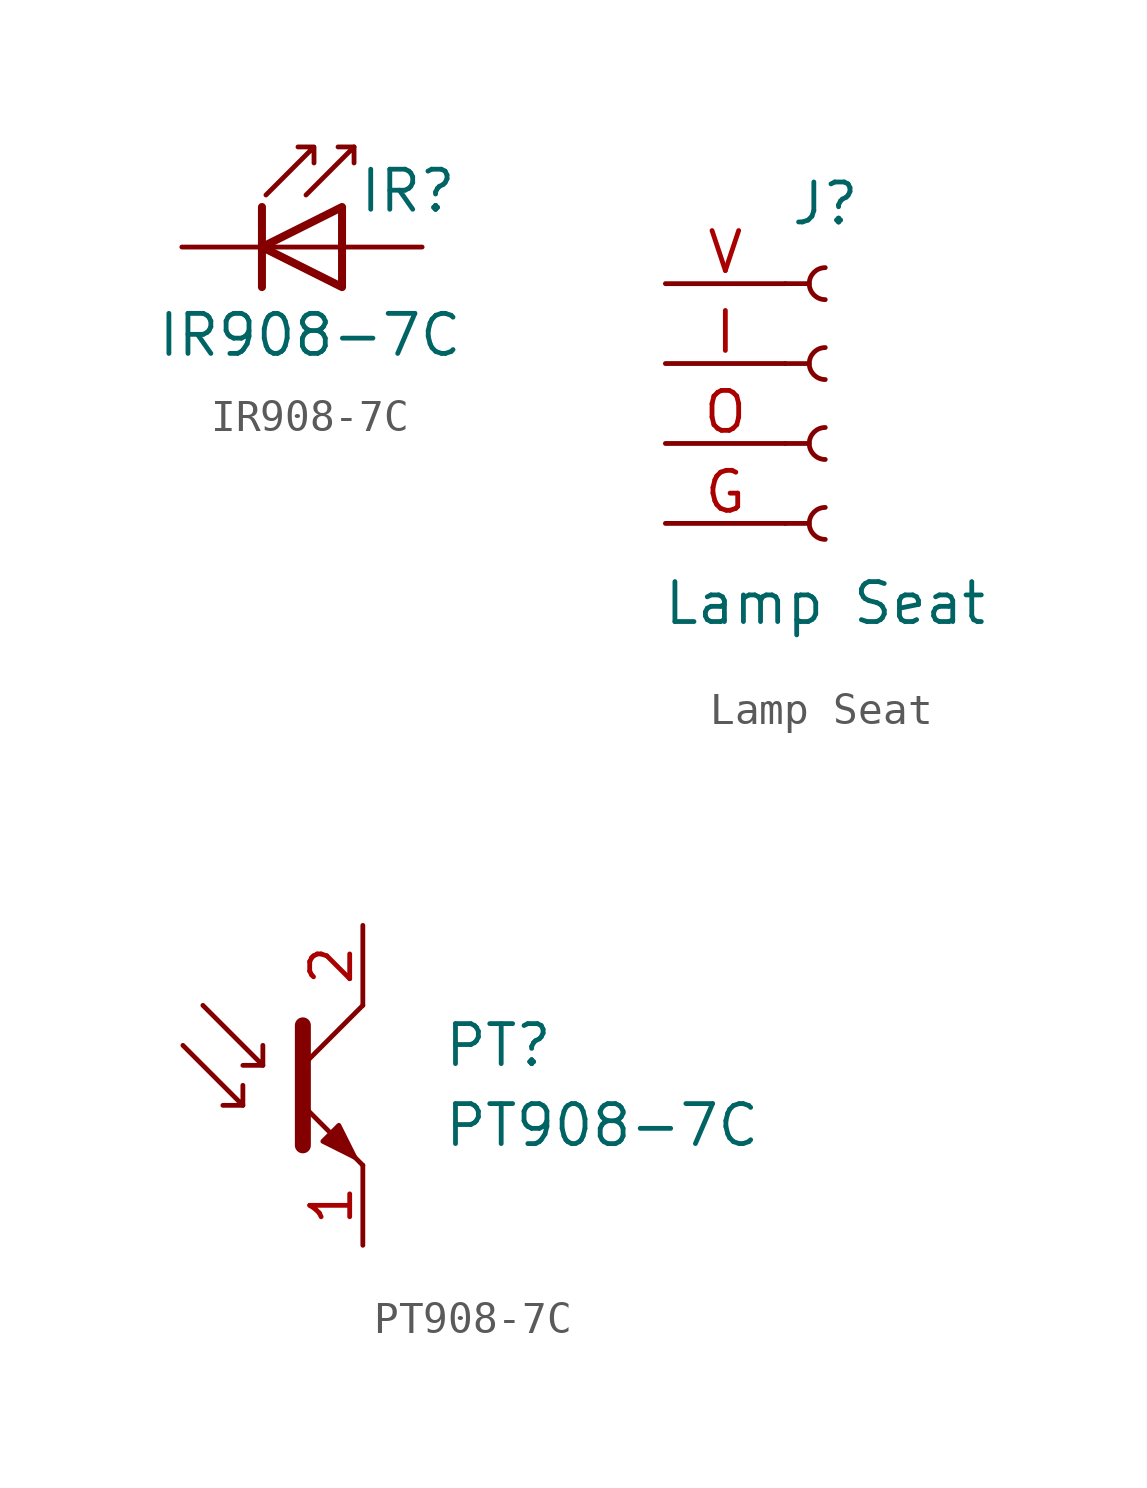
<source format=kicad_sym>
(kicad_symbol_lib
  (version 20241209)
  (generator "kicad_symbol_editor")
  (generator_version "9.0")
  (symbol "IR908-7C"
    (pin_numbers
      (hide yes))
    (pin_names
      (offset 1.016)
      (hide yes))
    (property "Reference" "IR"
      (at 0.508 1.778 0)
      (effects (font (size 1.27 1.27)) (justify left)))
    (property "Value" "IR908-7C"
      (at -1.016 -2.794 0)
      (effects (font (size 1.27 1.27))))
    (symbol "IR908-7C_0_1"
      (polyline (pts (xy -2.54 1.27) (xy -2.54 -1.27)) (stroke (width 0.254) (type default)) (fill (type none)))
      (polyline (pts (xy -2.413 1.651) (xy -0.889 3.175) (xy -0.889 2.667) (xy -0.889 3.175) (xy -1.397 3.175)) (stroke (width 0) (type default)) (fill (type none)))
      (polyline (pts (xy -1.143 1.651) (xy 0.381 3.175) (xy 0.381 2.667)) (stroke (width 0) (type default)) (fill (type none)))
      (polyline (pts (xy 0 1.27) (xy -2.54 0) (xy 0 -1.27) (xy 0 1.27)) (stroke (width 0.254) (type default)) (fill (type none)))
      (polyline (pts (xy 0 0) (xy -2.54 0)) (stroke (width 0) (type default)) (fill (type none)))
      (polyline (pts (xy 0.381 3.175) (xy -0.127 3.175)) (stroke (width 0) (type default)) (fill (type none))))
    (symbol "IR908-7C_1_1"
      (pin passive line (at -5.08 0 0) (length 2.54) (name "K" (effects (font (size 1.27 1.27)))) (number "1" (effects (font (size 1.27 1.27)))))
      (pin passive line (at 2.54 0 180) (length 2.54) (name "A" (effects (font (size 1.27 1.27)))) (number "2" (effects (font (size 1.27 1.27)))))))
  (symbol "Lamp Seat"
    (pin_names
      (offset 1.016)
      (hide yes))
    (property "Reference" "J"
      (at 0 5.08 0)
      (effects (font (size 1.27 1.27))))
    (property "Value" "Lamp Seat"
      (at 0 -7.62 0)
      (effects (font (size 1.27 1.27))))
    (symbol "Lamp Seat_1_1"
      (polyline (pts (xy -1.27 2.54) (xy -0.508 2.54)) (stroke (width 0.152) (type default)) (fill (type none)))
      (polyline (pts (xy -1.27 0) (xy -0.508 0)) (stroke (width 0.152) (type default)) (fill (type none)))
      (polyline (pts (xy -1.27 -2.54) (xy -0.508 -2.54)) (stroke (width 0.152) (type default)) (fill (type none)))
      (polyline (pts (xy -1.27 -5.08) (xy -0.508 -5.08)) (stroke (width 0.152) (type default)) (fill (type none)))
      (arc (start 0 2.032) (mid -0.5058 2.54) (end 0 3.048) (stroke (width 0.1524) (type default)) (fill (type none)))
      (arc (start 0 -0.508) (mid -0.5058 0) (end 0 0.508) (stroke (width 0.1524) (type default)) (fill (type none)))
      (arc (start 0 -3.048) (mid -0.5058 -2.54) (end 0 -2.032) (stroke (width 0.1524) (type default)) (fill (type none)))
      (arc (start 0 -5.588) (mid -0.5058 -5.08) (end 0 -4.572) (stroke (width 0.1524) (type default)) (fill (type none)))
      (pin power_in line (at -5.08 2.54 0) (length 3.81) (name "V" (effects (font (size 1.27 1.27)))) (number "V" (effects (font (size 1.27 1.27)))))
      (pin input line (at -5.08 0 0) (length 3.81) (name "In" (effects (font (size 1.27 1.27)))) (number "I" (effects (font (size 1.27 1.27)))))
      (pin output line (at -5.08 -2.54 0) (length 3.81) (name "Out" (effects (font (size 1.27 1.27)))) (number "O" (effects (font (size 1.27 1.27)))))
      (pin power_in line (at -5.08 -5.08 0) (length 3.81) (name "G" (effects (font (size 1.27 1.27)))) (number "G" (effects (font (size 1.27 1.27)))))))
  (symbol "PT908-7C"
    (pin_names
      (offset 0)
      (hide yes))
    (property "Reference" "PT"
      (at 5.08 1.27 0)
      (effects (font (size 1.27 1.27)) (justify left)))
    (property "Value" "PT908-7C"
      (at 5.08 -1.27 0)
      (effects (font (size 1.27 1.27)) (justify left)))
    (symbol "PT908-7C_0_1"
      (polyline (pts (xy -3.175 1.27) (xy -1.27 -0.635) (xy -1.27 0)) (stroke (width 0) (type default)) (fill (type none)))
      (polyline (pts (xy -2.54 2.54) (xy -0.635 0.635) (xy -0.635 1.27)) (stroke (width 0) (type default)) (fill (type none)))
      (polyline (pts (xy -1.27 -0.635) (xy -1.905 -0.635)) (stroke (width 0) (type default)) (fill (type none)))
      (polyline (pts (xy -0.635 0.635) (xy -1.27 0.635)) (stroke (width 0) (type default)) (fill (type none)))
      (polyline (pts (xy 0.635 1.905) (xy 0.635 -1.905)) (stroke (width 0.508) (type default)) (fill (type none)))
      (polyline (pts (xy 0.635 0.635) (xy 2.54 2.54)) (stroke (width 0) (type default)) (fill (type none)))
      (polyline (pts (xy 0.635 -0.635) (xy 2.54 -2.54)) (stroke (width 0) (type default)) (fill (type none)))
      (polyline (pts (xy 1.27 -1.778) (xy 1.778 -1.27) (xy 2.286 -2.286) (xy 1.27 -1.778)) (stroke (width 0) (type default)) (fill (type outline))))
    (symbol "PT908-7C_1_1"
      (pin passive line (at 2.54 5.08 270) (length 2.54) (name "C" (effects (font (size 1.27 1.27)))) (number "2" (effects (font (size 1.27 1.27)))))
      (pin passive line (at 2.54 -5.08 90) (length 2.54) (name "E" (effects (font (size 1.27 1.27)))) (number "1" (effects (font (size 1.27 1.27))))))))
</source>
